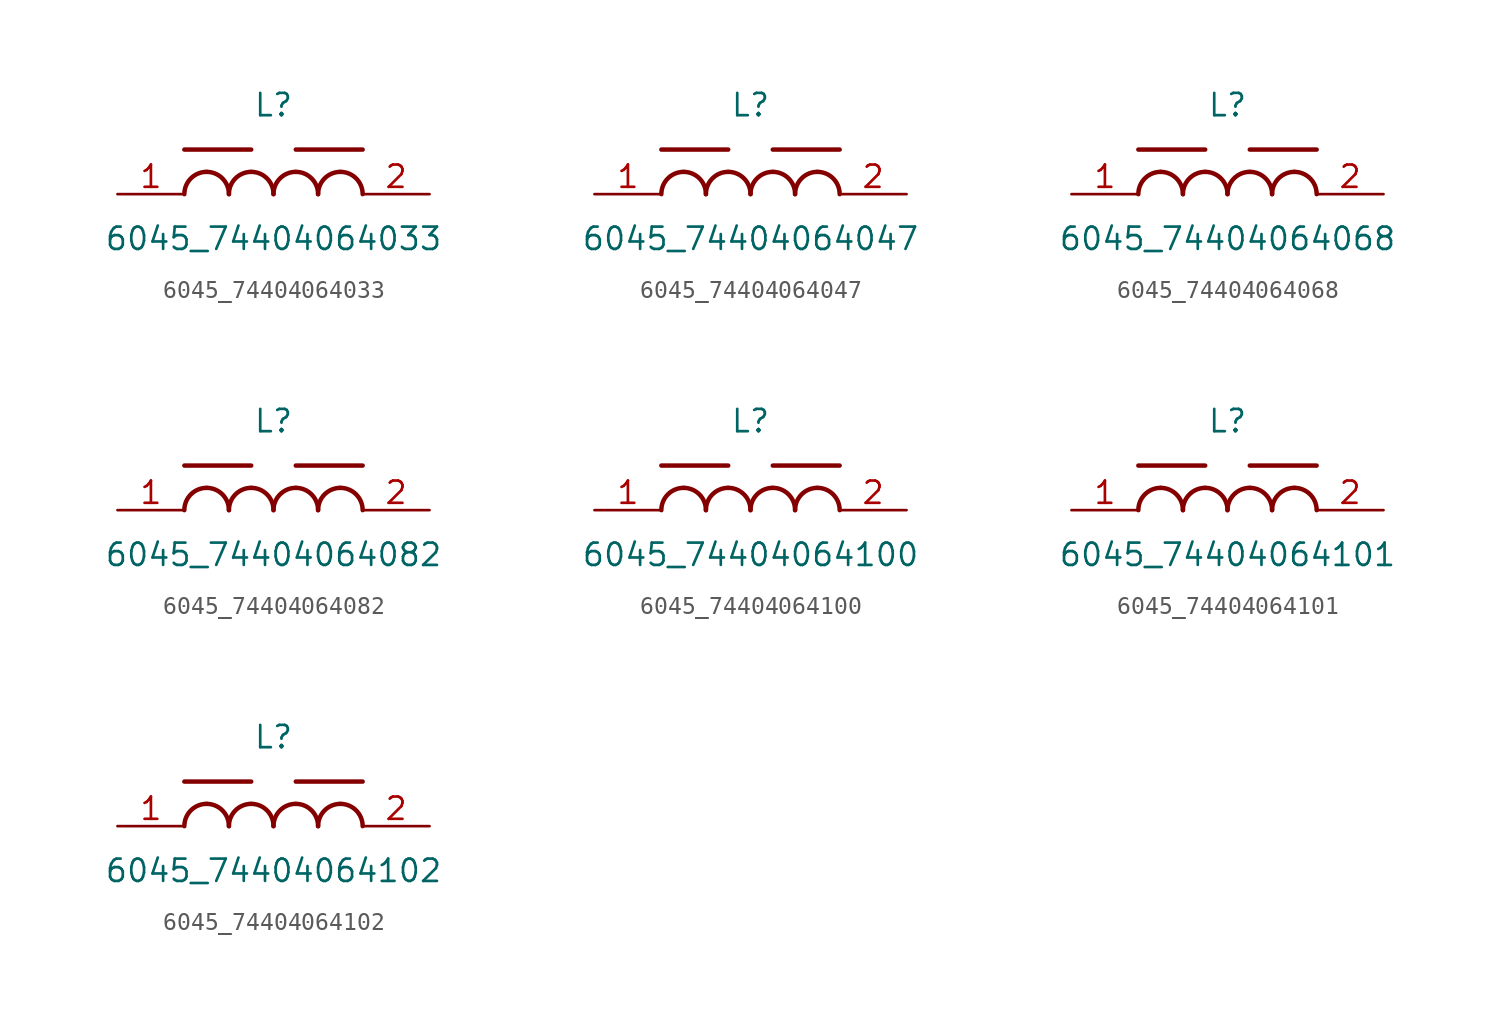
<source format=kicad_sym>
(kicad_symbol_lib
  (version 20211014)
  (generator kicad_symbol_editor)
  (symbol "Inductor_Wurth_WE-LQS:6045_74404064033"
    (pin_names hide)
    (property "Reference" "L"
      (at 0 5.08 0)
      (effects (font (size 1.27 1.27))))
    (property "Value" "6045_74404064033"
      (at 0 -2.54 0)
      (effects (font (size 1.27 1.27))))
    (symbol "6045_74404064033_0_1"
      (arc (start -3.81 1.27) (mid -4.708 0.898) (end -5.08 0) (stroke (width 0.254) (type default) (color 0 0 0 0)) (fill (type none)))
      (arc (start -2.54 0) (mid -2.912 0.898) (end -3.81 1.27) (stroke (width 0.254) (type default) (color 0 0 0 0)) (fill (type none)))
      (arc (start -1.2699 1.2701) (mid -2.1679 0.8981) (end -2.5399 0.0001) (stroke (width 0.254) (type default) (color 0 0 0 0)) (fill (type none)))
      (polyline (pts (xy -5.08 2.54) (xy -1.27 2.54)) (stroke (width 0.254) (type default) (color 0 0 0 0)) (fill (type none)))
      (polyline (pts (xy 5.08 2.54) (xy 1.27 2.54)) (stroke (width 0.254) (type default) (color 0 0 0 0)) (fill (type none)))
      (arc (start 0.0001 0.0001) (mid -0.3719 0.8981) (end -1.2699 1.2701) (stroke (width 0.254) (type default) (color 0 0 0 0)) (fill (type none)))
      (arc (start 1.2701 1.2701) (mid 0.3721 0.8981) (end 0.0001 0.0001) (stroke (width 0.254) (type default) (color 0 0 0 0)) (fill (type none)))
      (arc (start 2.5401 0.0001) (mid 2.1681 0.8981) (end 1.2701 1.2701) (stroke (width 0.254) (type default) (color 0 0 0 0)) (fill (type none)))
      (arc (start 3.8101 1.2701) (mid 2.9121 0.8981) (end 2.5401 0.0001) (stroke (width 0.254) (type default) (color 0 0 0 0)) (fill (type none)))
      (arc (start 5.0801 0.0001) (mid 4.7081 0.8981) (end 3.8101 1.2701) (stroke (width 0.254) (type default) (color 0 0 0 0)) (fill (type none))))
    (symbol "6045_74404064033_1_1"
      (pin passive line (at -8.89 0 0) (length 3.81) (name "1" (effects (font (size 1.27 1.27)))) (number "1" (effects (font (size 1.27 1.27)))))
      (pin passive line (at 8.89 0 180) (length 3.81) (name "2" (effects (font (size 1.27 1.27)))) (number "2" (effects (font (size 1.27 1.27)))))))
  (symbol "Inductor_Wurth_WE-LQS:6045_74404064047"
    (pin_names hide)
    (property "Reference" "L"
      (at 0 5.08 0)
      (effects (font (size 1.27 1.27))))
    (property "Value" "6045_74404064047"
      (at 0 -2.54 0)
      (effects (font (size 1.27 1.27))))
    (symbol "6045_74404064047_0_1"
      (arc (start -3.81 1.27) (mid -4.708 0.898) (end -5.08 0) (stroke (width 0.254) (type default) (color 0 0 0 0)) (fill (type none)))
      (arc (start -2.54 0) (mid -2.912 0.898) (end -3.81 1.27) (stroke (width 0.254) (type default) (color 0 0 0 0)) (fill (type none)))
      (arc (start -1.2699 1.2701) (mid -2.1679 0.8981) (end -2.5399 0.0001) (stroke (width 0.254) (type default) (color 0 0 0 0)) (fill (type none)))
      (polyline (pts (xy -5.08 2.54) (xy -1.27 2.54)) (stroke (width 0.254) (type default) (color 0 0 0 0)) (fill (type none)))
      (polyline (pts (xy 5.08 2.54) (xy 1.27 2.54)) (stroke (width 0.254) (type default) (color 0 0 0 0)) (fill (type none)))
      (arc (start 0.0001 0.0001) (mid -0.3719 0.8981) (end -1.2699 1.2701) (stroke (width 0.254) (type default) (color 0 0 0 0)) (fill (type none)))
      (arc (start 1.2701 1.2701) (mid 0.3721 0.8981) (end 0.0001 0.0001) (stroke (width 0.254) (type default) (color 0 0 0 0)) (fill (type none)))
      (arc (start 2.5401 0.0001) (mid 2.1681 0.8981) (end 1.2701 1.2701) (stroke (width 0.254) (type default) (color 0 0 0 0)) (fill (type none)))
      (arc (start 3.8101 1.2701) (mid 2.9121 0.8981) (end 2.5401 0.0001) (stroke (width 0.254) (type default) (color 0 0 0 0)) (fill (type none)))
      (arc (start 5.0801 0.0001) (mid 4.7081 0.8981) (end 3.8101 1.2701) (stroke (width 0.254) (type default) (color 0 0 0 0)) (fill (type none))))
    (symbol "6045_74404064047_1_1"
      (pin passive line (at -8.89 0 0) (length 3.81) (name "1" (effects (font (size 1.27 1.27)))) (number "1" (effects (font (size 1.27 1.27)))))
      (pin passive line (at 8.89 0 180) (length 3.81) (name "2" (effects (font (size 1.27 1.27)))) (number "2" (effects (font (size 1.27 1.27)))))))
  (symbol "Inductor_Wurth_WE-LQS:6045_74404064068"
    (pin_names hide)
    (property "Reference" "L"
      (at 0 5.08 0)
      (effects (font (size 1.27 1.27))))
    (property "Value" "6045_74404064068"
      (at 0 -2.54 0)
      (effects (font (size 1.27 1.27))))
    (symbol "6045_74404064068_0_1"
      (arc (start -3.81 1.27) (mid -4.708 0.898) (end -5.08 0) (stroke (width 0.254) (type default) (color 0 0 0 0)) (fill (type none)))
      (arc (start -2.54 0) (mid -2.912 0.898) (end -3.81 1.27) (stroke (width 0.254) (type default) (color 0 0 0 0)) (fill (type none)))
      (arc (start -1.2699 1.2701) (mid -2.1679 0.8981) (end -2.5399 0.0001) (stroke (width 0.254) (type default) (color 0 0 0 0)) (fill (type none)))
      (polyline (pts (xy -5.08 2.54) (xy -1.27 2.54)) (stroke (width 0.254) (type default) (color 0 0 0 0)) (fill (type none)))
      (polyline (pts (xy 5.08 2.54) (xy 1.27 2.54)) (stroke (width 0.254) (type default) (color 0 0 0 0)) (fill (type none)))
      (arc (start 0.0001 0.0001) (mid -0.3719 0.8981) (end -1.2699 1.2701) (stroke (width 0.254) (type default) (color 0 0 0 0)) (fill (type none)))
      (arc (start 1.2701 1.2701) (mid 0.3721 0.8981) (end 0.0001 0.0001) (stroke (width 0.254) (type default) (color 0 0 0 0)) (fill (type none)))
      (arc (start 2.5401 0.0001) (mid 2.1681 0.8981) (end 1.2701 1.2701) (stroke (width 0.254) (type default) (color 0 0 0 0)) (fill (type none)))
      (arc (start 3.8101 1.2701) (mid 2.9121 0.8981) (end 2.5401 0.0001) (stroke (width 0.254) (type default) (color 0 0 0 0)) (fill (type none)))
      (arc (start 5.0801 0.0001) (mid 4.7081 0.8981) (end 3.8101 1.2701) (stroke (width 0.254) (type default) (color 0 0 0 0)) (fill (type none))))
    (symbol "6045_74404064068_1_1"
      (pin passive line (at -8.89 0 0) (length 3.81) (name "1" (effects (font (size 1.27 1.27)))) (number "1" (effects (font (size 1.27 1.27)))))
      (pin passive line (at 8.89 0 180) (length 3.81) (name "2" (effects (font (size 1.27 1.27)))) (number "2" (effects (font (size 1.27 1.27)))))))
  (symbol "Inductor_Wurth_WE-LQS:6045_74404064082"
    (pin_names hide)
    (property "Reference" "L"
      (at 0 5.08 0)
      (effects (font (size 1.27 1.27))))
    (property "Value" "6045_74404064082"
      (at 0 -2.54 0)
      (effects (font (size 1.27 1.27))))
    (symbol "6045_74404064082_0_1"
      (arc (start -3.81 1.27) (mid -4.708 0.898) (end -5.08 0) (stroke (width 0.254) (type default) (color 0 0 0 0)) (fill (type none)))
      (arc (start -2.54 0) (mid -2.912 0.898) (end -3.81 1.27) (stroke (width 0.254) (type default) (color 0 0 0 0)) (fill (type none)))
      (arc (start -1.2699 1.2701) (mid -2.1679 0.8981) (end -2.5399 0.0001) (stroke (width 0.254) (type default) (color 0 0 0 0)) (fill (type none)))
      (polyline (pts (xy -5.08 2.54) (xy -1.27 2.54)) (stroke (width 0.254) (type default) (color 0 0 0 0)) (fill (type none)))
      (polyline (pts (xy 5.08 2.54) (xy 1.27 2.54)) (stroke (width 0.254) (type default) (color 0 0 0 0)) (fill (type none)))
      (arc (start 0.0001 0.0001) (mid -0.3719 0.8981) (end -1.2699 1.2701) (stroke (width 0.254) (type default) (color 0 0 0 0)) (fill (type none)))
      (arc (start 1.2701 1.2701) (mid 0.3721 0.8981) (end 0.0001 0.0001) (stroke (width 0.254) (type default) (color 0 0 0 0)) (fill (type none)))
      (arc (start 2.5401 0.0001) (mid 2.1681 0.8981) (end 1.2701 1.2701) (stroke (width 0.254) (type default) (color 0 0 0 0)) (fill (type none)))
      (arc (start 3.8101 1.2701) (mid 2.9121 0.8981) (end 2.5401 0.0001) (stroke (width 0.254) (type default) (color 0 0 0 0)) (fill (type none)))
      (arc (start 5.0801 0.0001) (mid 4.7081 0.8981) (end 3.8101 1.2701) (stroke (width 0.254) (type default) (color 0 0 0 0)) (fill (type none))))
    (symbol "6045_74404064082_1_1"
      (pin passive line (at -8.89 0 0) (length 3.81) (name "1" (effects (font (size 1.27 1.27)))) (number "1" (effects (font (size 1.27 1.27)))))
      (pin passive line (at 8.89 0 180) (length 3.81) (name "2" (effects (font (size 1.27 1.27)))) (number "2" (effects (font (size 1.27 1.27)))))))
  (symbol "Inductor_Wurth_WE-LQS:6045_74404064100"
    (pin_names hide)
    (property "Reference" "L"
      (at 0 5.08 0)
      (effects (font (size 1.27 1.27))))
    (property "Value" "6045_74404064100"
      (at 0 -2.54 0)
      (effects (font (size 1.27 1.27))))
    (symbol "6045_74404064100_0_1"
      (arc (start -3.81 1.27) (mid -4.708 0.898) (end -5.08 0) (stroke (width 0.254) (type default) (color 0 0 0 0)) (fill (type none)))
      (arc (start -2.54 0) (mid -2.912 0.898) (end -3.81 1.27) (stroke (width 0.254) (type default) (color 0 0 0 0)) (fill (type none)))
      (arc (start -1.2699 1.2701) (mid -2.1679 0.8981) (end -2.5399 0.0001) (stroke (width 0.254) (type default) (color 0 0 0 0)) (fill (type none)))
      (polyline (pts (xy -5.08 2.54) (xy -1.27 2.54)) (stroke (width 0.254) (type default) (color 0 0 0 0)) (fill (type none)))
      (polyline (pts (xy 5.08 2.54) (xy 1.27 2.54)) (stroke (width 0.254) (type default) (color 0 0 0 0)) (fill (type none)))
      (arc (start 0.0001 0.0001) (mid -0.3719 0.8981) (end -1.2699 1.2701) (stroke (width 0.254) (type default) (color 0 0 0 0)) (fill (type none)))
      (arc (start 1.2701 1.2701) (mid 0.3721 0.8981) (end 0.0001 0.0001) (stroke (width 0.254) (type default) (color 0 0 0 0)) (fill (type none)))
      (arc (start 2.5401 0.0001) (mid 2.1681 0.8981) (end 1.2701 1.2701) (stroke (width 0.254) (type default) (color 0 0 0 0)) (fill (type none)))
      (arc (start 3.8101 1.2701) (mid 2.9121 0.8981) (end 2.5401 0.0001) (stroke (width 0.254) (type default) (color 0 0 0 0)) (fill (type none)))
      (arc (start 5.0801 0.0001) (mid 4.7081 0.8981) (end 3.8101 1.2701) (stroke (width 0.254) (type default) (color 0 0 0 0)) (fill (type none))))
    (symbol "6045_74404064100_1_1"
      (pin passive line (at -8.89 0 0) (length 3.81) (name "1" (effects (font (size 1.27 1.27)))) (number "1" (effects (font (size 1.27 1.27)))))
      (pin passive line (at 8.89 0 180) (length 3.81) (name "2" (effects (font (size 1.27 1.27)))) (number "2" (effects (font (size 1.27 1.27)))))))
  (symbol "Inductor_Wurth_WE-LQS:6045_74404064101"
    (pin_names hide)
    (property "Reference" "L"
      (at 0 5.08 0)
      (effects (font (size 1.27 1.27))))
    (property "Value" "6045_74404064101"
      (at 0 -2.54 0)
      (effects (font (size 1.27 1.27))))
    (symbol "6045_74404064101_0_1"
      (arc (start -3.81 1.27) (mid -4.708 0.898) (end -5.08 0) (stroke (width 0.254) (type default) (color 0 0 0 0)) (fill (type none)))
      (arc (start -2.54 0) (mid -2.912 0.898) (end -3.81 1.27) (stroke (width 0.254) (type default) (color 0 0 0 0)) (fill (type none)))
      (arc (start -1.2699 1.2701) (mid -2.1679 0.8981) (end -2.5399 0.0001) (stroke (width 0.254) (type default) (color 0 0 0 0)) (fill (type none)))
      (polyline (pts (xy -5.08 2.54) (xy -1.27 2.54)) (stroke (width 0.254) (type default) (color 0 0 0 0)) (fill (type none)))
      (polyline (pts (xy 5.08 2.54) (xy 1.27 2.54)) (stroke (width 0.254) (type default) (color 0 0 0 0)) (fill (type none)))
      (arc (start 0.0001 0.0001) (mid -0.3719 0.8981) (end -1.2699 1.2701) (stroke (width 0.254) (type default) (color 0 0 0 0)) (fill (type none)))
      (arc (start 1.2701 1.2701) (mid 0.3721 0.8981) (end 0.0001 0.0001) (stroke (width 0.254) (type default) (color 0 0 0 0)) (fill (type none)))
      (arc (start 2.5401 0.0001) (mid 2.1681 0.8981) (end 1.2701 1.2701) (stroke (width 0.254) (type default) (color 0 0 0 0)) (fill (type none)))
      (arc (start 3.8101 1.2701) (mid 2.9121 0.8981) (end 2.5401 0.0001) (stroke (width 0.254) (type default) (color 0 0 0 0)) (fill (type none)))
      (arc (start 5.0801 0.0001) (mid 4.7081 0.8981) (end 3.8101 1.2701) (stroke (width 0.254) (type default) (color 0 0 0 0)) (fill (type none))))
    (symbol "6045_74404064101_1_1"
      (pin passive line (at -8.89 0 0) (length 3.81) (name "1" (effects (font (size 1.27 1.27)))) (number "1" (effects (font (size 1.27 1.27)))))
      (pin passive line (at 8.89 0 180) (length 3.81) (name "2" (effects (font (size 1.27 1.27)))) (number "2" (effects (font (size 1.27 1.27)))))))
  (symbol "Inductor_Wurth_WE-LQS:6045_74404064102"
    (pin_names hide)
    (property "Reference" "L"
      (at 0 5.08 0)
      (effects (font (size 1.27 1.27))))
    (property "Value" "6045_74404064102"
      (at 0 -2.54 0)
      (effects (font (size 1.27 1.27))))
    (symbol "6045_74404064102_0_1"
      (arc (start -3.81 1.27) (mid -4.708 0.898) (end -5.08 0) (stroke (width 0.254) (type default) (color 0 0 0 0)) (fill (type none)))
      (arc (start -2.54 0) (mid -2.912 0.898) (end -3.81 1.27) (stroke (width 0.254) (type default) (color 0 0 0 0)) (fill (type none)))
      (arc (start -1.2699 1.2701) (mid -2.1679 0.8981) (end -2.5399 0.0001) (stroke (width 0.254) (type default) (color 0 0 0 0)) (fill (type none)))
      (polyline (pts (xy -5.08 2.54) (xy -1.27 2.54)) (stroke (width 0.254) (type default) (color 0 0 0 0)) (fill (type none)))
      (polyline (pts (xy 5.08 2.54) (xy 1.27 2.54)) (stroke (width 0.254) (type default) (color 0 0 0 0)) (fill (type none)))
      (arc (start 0.0001 0.0001) (mid -0.3719 0.8981) (end -1.2699 1.2701) (stroke (width 0.254) (type default) (color 0 0 0 0)) (fill (type none)))
      (arc (start 1.2701 1.2701) (mid 0.3721 0.8981) (end 0.0001 0.0001) (stroke (width 0.254) (type default) (color 0 0 0 0)) (fill (type none)))
      (arc (start 2.5401 0.0001) (mid 2.1681 0.8981) (end 1.2701 1.2701) (stroke (width 0.254) (type default) (color 0 0 0 0)) (fill (type none)))
      (arc (start 3.8101 1.2701) (mid 2.9121 0.8981) (end 2.5401 0.0001) (stroke (width 0.254) (type default) (color 0 0 0 0)) (fill (type none)))
      (arc (start 5.0801 0.0001) (mid 4.7081 0.8981) (end 3.8101 1.2701) (stroke (width 0.254) (type default) (color 0 0 0 0)) (fill (type none))))
    (symbol "6045_74404064102_1_1"
      (pin passive line (at -8.89 0 0) (length 3.81) (name "1" (effects (font (size 1.27 1.27)))) (number "1" (effects (font (size 1.27 1.27)))))
      (pin passive line (at 8.89 0 180) (length 3.81) (name "2" (effects (font (size 1.27 1.27)))) (number "2" (effects (font (size 1.27 1.27))))))))
</source>
